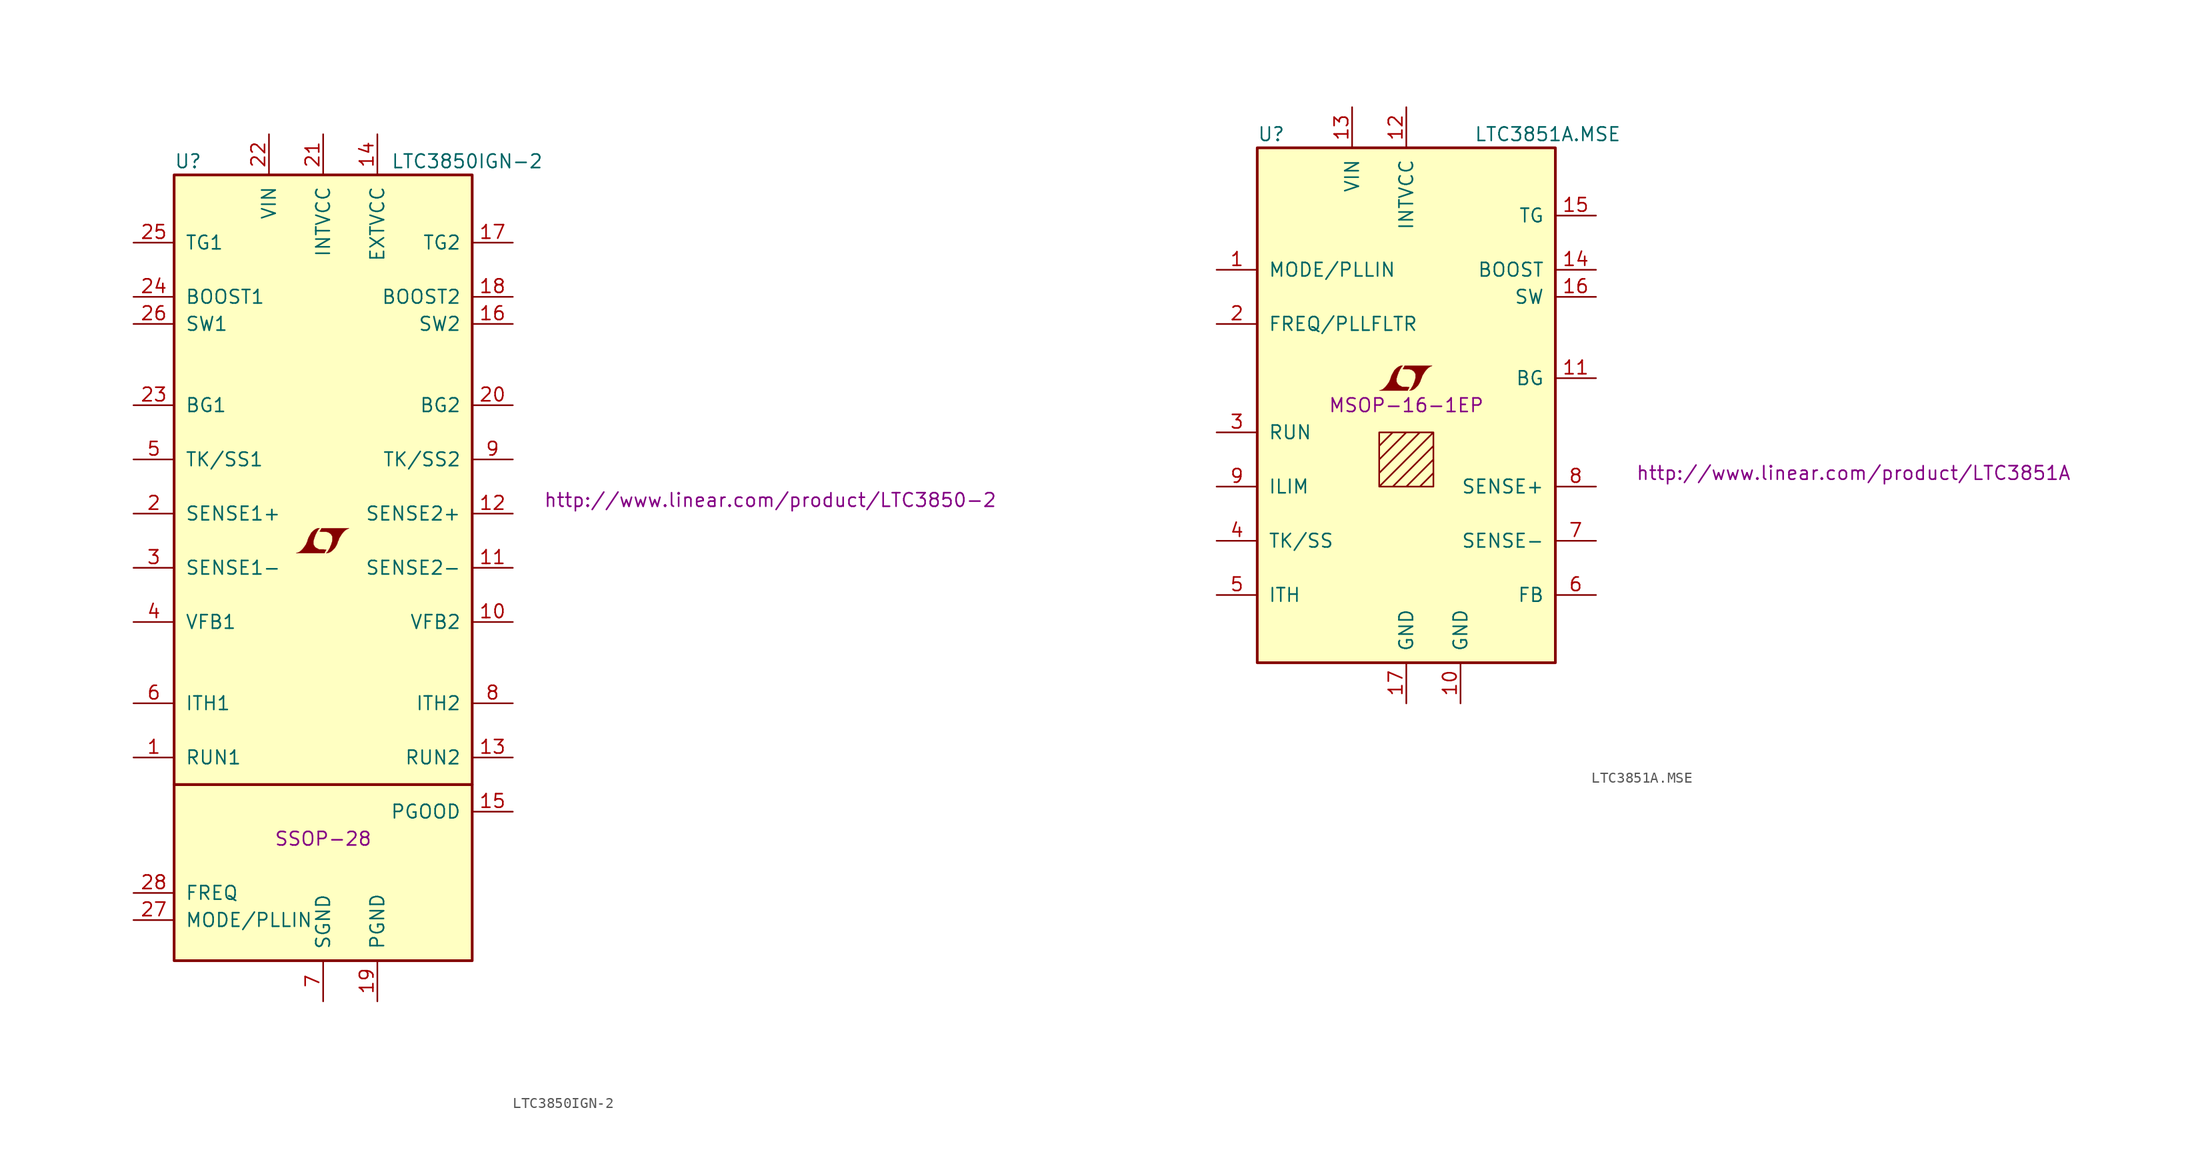
<source format=kicad_sym>
(kicad_symbol_lib
  (version 20201005)
  (generator kicad_symbol_editor)
  (symbol "LTC3850IGN-2"
    (pin_names
      (offset 1.016))
    (property "Reference" "U"
      (at -13.97 38.1 0)
      (effects (font (size 1.27 1.27)) (justify left)))
    (property "Value" "LTC3850IGN-2"
      (at 6.35 38.1 0)
      (effects (font (size 1.27 1.27)) (justify left)))
    (property "Footprint" "SSOP-28"
      (at 0 -25.4 0)
      (effects (font (size 1.27 1.27))))
    (property "Datasheet" "http://www.linear.com/product/LTC3850-2"
      (at 41.91 6.35 0)
      (effects (font (size 1.27 1.27))))
    (symbol "LTC3850IGN-2_0_0"
      (polyline (pts (xy 0.203 1.549) (xy 0.229 1.575) (xy 0.279 1.676) (xy 0.279 1.702) (xy 0.152 1.702) (xy 0.051 1.727) (xy -0.406 1.727) (xy -0.432 1.753) (xy -0.686 1.88) (xy -0.787 1.981) (xy -0.864 2.108) (xy -0.914 2.21) (xy -0.914 2.515) (xy -0.864 2.667) (xy -0.838 2.769) (xy -0.813 2.845) (xy -0.762 2.972) (xy -0.711 3.124) (xy -0.635 3.251) (xy -0.584 3.378) (xy -0.508 3.48) (xy -0.457 3.581) (xy -0.33 3.708) (xy -0.508 3.708) (xy -0.635 3.658) (xy -0.737 3.607) (xy -0.813 3.556) (xy -0.94 3.454) (xy -1.118 3.277) (xy -1.372 2.819) (xy -1.473 2.54) (xy -1.473 2.489) (xy -1.524 2.388) (xy -1.575 2.261) (xy -1.626 2.159) (xy -1.753 1.981) (xy -1.905 1.778) (xy -2.057 1.626) (xy -2.21 1.499) (xy -2.388 1.422) (xy -2.54 1.372) (xy 0.127 1.372) (xy 0.203 1.549)) (stroke (width 0.025)) (fill (type outline)))
      (polyline (pts (xy 0.406 1.397) (xy 0.483 1.397) (xy 0.66 1.473) (xy 0.813 1.575) (xy 1.092 1.854) (xy 1.219 2.057) (xy 1.321 2.261) (xy 1.397 2.515) (xy 1.422 2.515) (xy 1.499 2.769) (xy 1.753 3.175) (xy 1.905 3.353) (xy 2.057 3.505) (xy 2.21 3.607) (xy 2.388 3.683) (xy 2.413 3.683) (xy 2.413 3.708) (xy -0.152 3.708) (xy -0.229 3.556) (xy -0.254 3.531) (xy -0.305 3.429) (xy -0.33 3.404) (xy -0.279 3.404) (xy -0.229 3.378) (xy 0.305 3.378) (xy 0.356 3.353) (xy 0.406 3.353) (xy 0.483 3.327) (xy 0.61 3.251) (xy 0.737 3.15) (xy 0.813 3.023) (xy 0.838 2.972) (xy 0.864 2.946) (xy 0.864 2.54) (xy 0.838 2.489) (xy 0.838 2.413) (xy 0.787 2.311) (xy 0.762 2.184) (xy 0.686 2.032) (xy 0.635 1.88) (xy 0.483 1.626) (xy 0.432 1.524) (xy 0.279 1.372) (xy 0.406 1.397)) (stroke (width 0.025)) (fill (type outline))))
    (symbol "LTC3850IGN-2_0_1"
      (rectangle (start -13.97 36.83) (end 13.97 -20.32) (stroke (width 0.254)) (fill (type background)))
      (rectangle (start 13.97 -20.32) (end -13.97 -36.83) (stroke (width 0.254)) (fill (type background))))
    (symbol "LTC3850IGN-2_1_1"
      (pin input line (at -17.78 -17.78 0) (length 3.81) (name "RUN1" (effects (font (size 1.27 1.27)))) (number "1" (effects (font (size 1.27 1.27)))))
      (pin passive line (at 17.78 -5.08 180) (length 3.81) (name "VFB2" (effects (font (size 1.27 1.27)))) (number "10" (effects (font (size 1.27 1.27)))))
      (pin passive line (at 17.78 0 180) (length 3.81) (name "SENSE2-" (effects (font (size 1.27 1.27)))) (number "11" (effects (font (size 1.27 1.27)))))
      (pin passive line (at 17.78 5.08 180) (length 3.81) (name "SENSE2+" (effects (font (size 1.27 1.27)))) (number "12" (effects (font (size 1.27 1.27)))))
      (pin input line (at 17.78 -17.78 180) (length 3.81) (name "RUN2" (effects (font (size 1.27 1.27)))) (number "13" (effects (font (size 1.27 1.27)))))
      (pin passive line (at 5.08 40.64 270) (length 3.81) (name "EXTVCC" (effects (font (size 1.27 1.27)))) (number "14" (effects (font (size 1.27 1.27)))))
      (pin open_collector line (at 17.78 -22.86 180) (length 3.81) (name "PGOOD" (effects (font (size 1.27 1.27)))) (number "15" (effects (font (size 1.27 1.27)))))
      (pin passive line (at 17.78 22.86 180) (length 3.81) (name "SW2" (effects (font (size 1.27 1.27)))) (number "16" (effects (font (size 1.27 1.27)))))
      (pin passive line (at 17.78 30.48 180) (length 3.81) (name "TG2" (effects (font (size 1.27 1.27)))) (number "17" (effects (font (size 1.27 1.27)))))
      (pin passive line (at 17.78 25.4 180) (length 3.81) (name "BOOST2" (effects (font (size 1.27 1.27)))) (number "18" (effects (font (size 1.27 1.27)))))
      (pin power_in line (at 5.08 -40.64 90) (length 3.81) (name "PGND" (effects (font (size 1.27 1.27)))) (number "19" (effects (font (size 1.27 1.27)))))
      (pin passive line (at -17.78 5.08 0) (length 3.81) (name "SENSE1+" (effects (font (size 1.27 1.27)))) (number "2" (effects (font (size 1.27 1.27)))))
      (pin passive line (at 17.78 15.24 180) (length 3.81) (name "BG2" (effects (font (size 1.27 1.27)))) (number "20" (effects (font (size 1.27 1.27)))))
      (pin passive line (at 0 40.64 270) (length 3.81) (name "INTVCC" (effects (font (size 1.27 1.27)))) (number "21" (effects (font (size 1.27 1.27)))))
      (pin power_in line (at -5.08 40.64 270) (length 3.81) (name "VIN" (effects (font (size 1.27 1.27)))) (number "22" (effects (font (size 1.27 1.27)))))
      (pin passive line (at -17.78 15.24 0) (length 3.81) (name "BG1" (effects (font (size 1.27 1.27)))) (number "23" (effects (font (size 1.27 1.27)))))
      (pin passive line (at -17.78 25.4 0) (length 3.81) (name "BOOST1" (effects (font (size 1.27 1.27)))) (number "24" (effects (font (size 1.27 1.27)))))
      (pin passive line (at -17.78 30.48 0) (length 3.81) (name "TG1" (effects (font (size 1.27 1.27)))) (number "25" (effects (font (size 1.27 1.27)))))
      (pin passive line (at -17.78 22.86 0) (length 3.81) (name "SW1" (effects (font (size 1.27 1.27)))) (number "26" (effects (font (size 1.27 1.27)))))
      (pin input line (at -17.78 -33.02 0) (length 3.81) (name "MODE/PLLIN" (effects (font (size 1.27 1.27)))) (number "27" (effects (font (size 1.27 1.27)))))
      (pin input line (at -17.78 -30.48 0) (length 3.81) (name "FREQ" (effects (font (size 1.27 1.27)))) (number "28" (effects (font (size 1.27 1.27)))))
      (pin passive line (at -17.78 0 0) (length 3.81) (name "SENSE1-" (effects (font (size 1.27 1.27)))) (number "3" (effects (font (size 1.27 1.27)))))
      (pin passive line (at -17.78 -5.08 0) (length 3.81) (name "VFB1" (effects (font (size 1.27 1.27)))) (number "4" (effects (font (size 1.27 1.27)))))
      (pin passive line (at -17.78 10.16 0) (length 3.81) (name "TK/SS1" (effects (font (size 1.27 1.27)))) (number "5" (effects (font (size 1.27 1.27)))))
      (pin passive line (at -17.78 -12.7 0) (length 3.81) (name "ITH1" (effects (font (size 1.27 1.27)))) (number "6" (effects (font (size 1.27 1.27)))))
      (pin power_in line (at 0 -40.64 90) (length 3.81) (name "SGND" (effects (font (size 1.27 1.27)))) (number "7" (effects (font (size 1.27 1.27)))))
      (pin passive line (at 17.78 -12.7 180) (length 3.81) (name "ITH2" (effects (font (size 1.27 1.27)))) (number "8" (effects (font (size 1.27 1.27)))))
      (pin passive line (at 17.78 10.16 180) (length 3.81) (name "TK/SS2" (effects (font (size 1.27 1.27)))) (number "9" (effects (font (size 1.27 1.27)))))))
  (symbol "LTC3851A.MSE"
    (pin_names
      (offset 1.016))
    (property "Reference" "U"
      (at -13.97 25.4 0)
      (effects (font (size 1.27 1.27)) (justify left)))
    (property "Value" "LTC3851A.MSE"
      (at 6.35 25.4 0)
      (effects (font (size 1.27 1.27)) (justify left)))
    (property "Footprint" "MSOP-16-1EP"
      (at 0 0 0)
      (effects (font (size 1.27 1.27))))
    (property "Datasheet" "http://www.linear.com/product/LTC3851A"
      (at 41.91 -6.35 0)
      (effects (font (size 1.27 1.27))))
    (symbol "LTC3851A.MSE_0_0"
      (polyline (pts (xy 0.203 1.549) (xy 0.229 1.575) (xy 0.279 1.676) (xy 0.279 1.702) (xy 0.152 1.702) (xy 0.051 1.727) (xy -0.406 1.727) (xy -0.432 1.753) (xy -0.686 1.88) (xy -0.787 1.981) (xy -0.864 2.108) (xy -0.914 2.21) (xy -0.914 2.515) (xy -0.864 2.667) (xy -0.838 2.769) (xy -0.813 2.845) (xy -0.762 2.972) (xy -0.711 3.124) (xy -0.635 3.251) (xy -0.584 3.378) (xy -0.508 3.48) (xy -0.457 3.581) (xy -0.33 3.708) (xy -0.508 3.708) (xy -0.635 3.658) (xy -0.737 3.607) (xy -0.813 3.556) (xy -0.94 3.454) (xy -1.118 3.277) (xy -1.372 2.819) (xy -1.473 2.54) (xy -1.473 2.489) (xy -1.524 2.388) (xy -1.575 2.261) (xy -1.626 2.159) (xy -1.753 1.981) (xy -1.905 1.778) (xy -2.057 1.626) (xy -2.21 1.499) (xy -2.388 1.422) (xy -2.54 1.372) (xy 0.127 1.372) (xy 0.203 1.549)) (stroke (width 0.025)) (fill (type outline)))
      (polyline (pts (xy 0.406 1.397) (xy 0.483 1.397) (xy 0.66 1.473) (xy 0.813 1.575) (xy 1.092 1.854) (xy 1.219 2.057) (xy 1.321 2.261) (xy 1.397 2.515) (xy 1.422 2.515) (xy 1.499 2.769) (xy 1.753 3.175) (xy 1.905 3.353) (xy 2.057 3.505) (xy 2.21 3.607) (xy 2.388 3.683) (xy 2.413 3.683) (xy 2.413 3.708) (xy -0.152 3.708) (xy -0.229 3.556) (xy -0.254 3.531) (xy -0.305 3.429) (xy -0.33 3.404) (xy -0.279 3.404) (xy -0.229 3.378) (xy 0.305 3.378) (xy 0.356 3.353) (xy 0.406 3.353) (xy 0.483 3.327) (xy 0.61 3.251) (xy 0.737 3.15) (xy 0.813 3.023) (xy 0.838 2.972) (xy 0.864 2.946) (xy 0.864 2.54) (xy 0.838 2.489) (xy 0.838 2.413) (xy 0.787 2.311) (xy 0.762 2.184) (xy 0.686 2.032) (xy 0.635 1.88) (xy 0.483 1.626) (xy 0.432 1.524) (xy 0.279 1.372) (xy 0.406 1.397)) (stroke (width 0.025)) (fill (type outline))))
    (symbol "LTC3851A.MSE_0_1"
      (rectangle (start -13.97 24.13) (end 13.97 -24.13) (stroke (width 0.254)) (fill (type background)))
      (polyline (pts (xy -2.54 -3.81) (xy -1.27 -2.54) (xy 0 -2.54) (xy -2.54 -5.08) (xy -2.54 -6.35) (xy 1.27 -2.54) (xy 2.54 -2.54) (xy -2.54 -7.62) (xy -1.27 -7.62) (xy 2.54 -3.81) (xy 2.54 -5.08) (xy 0 -7.62) (xy 1.27 -7.62) (xy 2.54 -6.35) (xy 2.54 -7.62) (xy -2.54 -7.62) (xy -2.54 -2.54) (xy 2.54 -2.54) (xy 2.54 -7.62)) (stroke (width 0)) (fill (type none))))
    (symbol "LTC3851A.MSE_1_1"
      (pin input line (at -17.78 12.7 0) (length 3.81) (name "MODE/PLLIN" (effects (font (size 1.27 1.27)))) (number "1" (effects (font (size 1.27 1.27)))))
      (pin power_in line (at 5.08 -27.94 90) (length 3.81) (name "GND" (effects (font (size 1.27 1.27)))) (number "10" (effects (font (size 1.27 1.27)))))
      (pin passive line (at 17.78 2.54 180) (length 3.81) (name "BG" (effects (font (size 1.27 1.27)))) (number "11" (effects (font (size 1.27 1.27)))))
      (pin passive line (at 0 27.94 270) (length 3.81) (name "INTVCC" (effects (font (size 1.27 1.27)))) (number "12" (effects (font (size 1.27 1.27)))))
      (pin power_in line (at -5.08 27.94 270) (length 3.81) (name "VIN" (effects (font (size 1.27 1.27)))) (number "13" (effects (font (size 1.27 1.27)))))
      (pin passive line (at 17.78 12.7 180) (length 3.81) (name "BOOST" (effects (font (size 1.27 1.27)))) (number "14" (effects (font (size 1.27 1.27)))))
      (pin passive line (at 17.78 17.78 180) (length 3.81) (name "TG" (effects (font (size 1.27 1.27)))) (number "15" (effects (font (size 1.27 1.27)))))
      (pin passive line (at 17.78 10.16 180) (length 3.81) (name "SW" (effects (font (size 1.27 1.27)))) (number "16" (effects (font (size 1.27 1.27)))))
      (pin power_in line (at 0 -27.94 90) (length 3.81) (name "GND" (effects (font (size 1.27 1.27)))) (number "17" (effects (font (size 1.27 1.27)))))
      (pin input line (at -17.78 7.62 0) (length 3.81) (name "FREQ/PLLFLTR" (effects (font (size 1.27 1.27)))) (number "2" (effects (font (size 1.27 1.27)))))
      (pin input line (at -17.78 -2.54 0) (length 3.81) (name "RUN" (effects (font (size 1.27 1.27)))) (number "3" (effects (font (size 1.27 1.27)))))
      (pin passive line (at -17.78 -12.7 0) (length 3.81) (name "TK/SS" (effects (font (size 1.27 1.27)))) (number "4" (effects (font (size 1.27 1.27)))))
      (pin passive line (at -17.78 -17.78 0) (length 3.81) (name "ITH" (effects (font (size 1.27 1.27)))) (number "5" (effects (font (size 1.27 1.27)))))
      (pin passive line (at 17.78 -17.78 180) (length 3.81) (name "FB" (effects (font (size 1.27 1.27)))) (number "6" (effects (font (size 1.27 1.27)))))
      (pin passive line (at 17.78 -12.7 180) (length 3.81) (name "SENSE-" (effects (font (size 1.27 1.27)))) (number "7" (effects (font (size 1.27 1.27)))))
      (pin passive line (at 17.78 -7.62 180) (length 3.81) (name "SENSE+" (effects (font (size 1.27 1.27)))) (number "8" (effects (font (size 1.27 1.27)))))
      (pin passive line (at -17.78 -7.62 0) (length 3.81) (name "ILIM" (effects (font (size 1.27 1.27)))) (number "9" (effects (font (size 1.27 1.27))))))))
</source>
